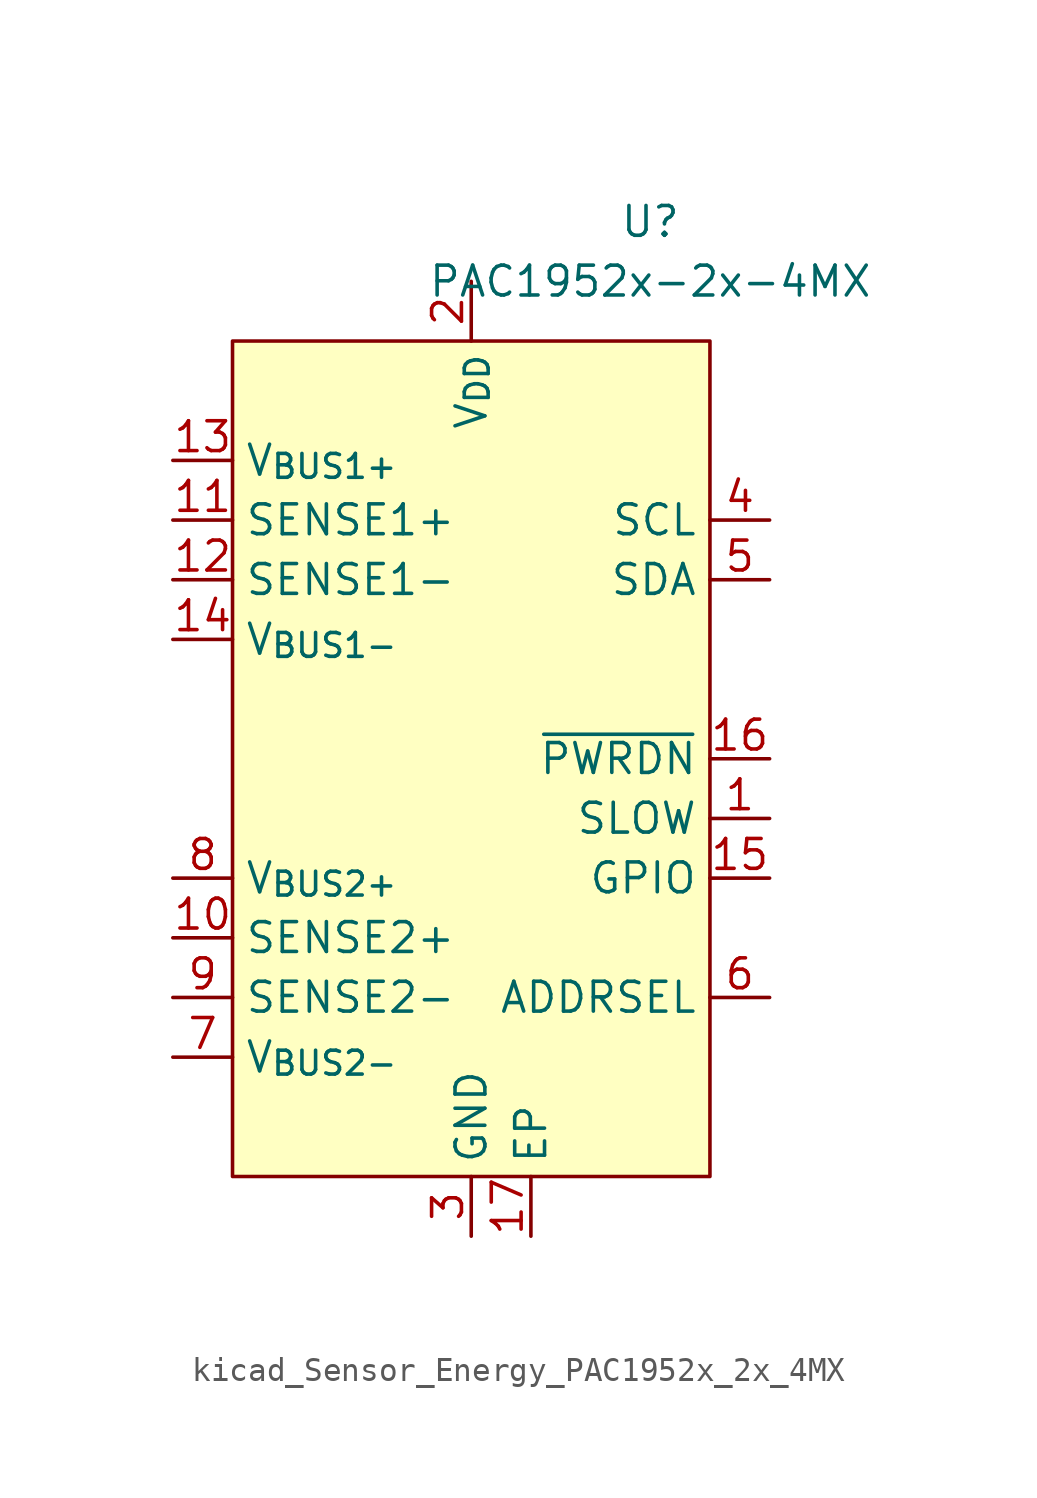
<source format=kicad_sym>
(kicad_symbol_lib
  (version 20220914)
  (generator kicad_symbol_editor)
  (symbol "kicad_Sensor_Energy_PAC1952x_2x_4MX"
    (property "Reference" "U"
      (at 7.62 22.86 0)
      (effects (font (size 1.27 1.27))))
    (property "Value" "PAC1952x-2x-4MX"
      (at 7.62 20.32 0)
      (effects (font (size 1.27 1.27))))
    (symbol "kicad_Sensor_Energy_PAC1952x_2x_4MX_0_0"
      (pin input line (at 12.7 -2.54 180) (length 2.54) (name "SLOW" (effects (font (size 1.27 1.27)))) (number "1" (effects (font (size 1.27 1.27)))) (alternate "GPIO" bidirectional line) (alternate "~{ALERT1}" open_collector line))
      (pin input line (at -12.7 -7.62 0) (length 2.54) (name "SENSE2+" (effects (font (size 1.27 1.27)))) (number "10" (effects (font (size 1.27 1.27)))))
      (pin input line (at -12.7 10.16 0) (length 2.54) (name "SENSE1+" (effects (font (size 1.27 1.27)))) (number "11" (effects (font (size 1.27 1.27)))))
      (pin input line (at -12.7 7.62 0) (length 2.54) (name "SENSE1-" (effects (font (size 1.27 1.27)))) (number "12" (effects (font (size 1.27 1.27)))))
      (pin input line (at -12.7 12.7 0) (length 2.54) (name "V_{BUS1+}" (effects (font (size 1.27 1.27)))) (number "13" (effects (font (size 1.27 1.27)))))
      (pin input line (at -12.7 5.08 0) (length 2.54) (name "V_{BUS1-}" (effects (font (size 1.27 1.27)))) (number "14" (effects (font (size 1.27 1.27)))))
      (pin bidirectional line (at 12.7 -5.08 180) (length 2.54) (name "GPIO" (effects (font (size 1.27 1.27)))) (number "15" (effects (font (size 1.27 1.27)))) (alternate "~{ALERT2}" open_collector line))
      (pin input line (at 12.7 0 180) (length 2.54) (name "~{PWRDN}" (effects (font (size 1.27 1.27)))) (number "16" (effects (font (size 1.27 1.27)))))
      (pin passive line (at 2.54 -20.32 90) (length 2.54) (name "EP" (effects (font (size 1.27 1.27)))) (number "17" (effects (font (size 1.27 1.27)))))
      (pin power_in line (at 0 20.32 270) (length 2.54) (name "V_{DD}" (effects (font (size 1.27 1.27)))) (number "2" (effects (font (size 1.27 1.27)))))
      (pin power_in line (at 0 -20.32 90) (length 2.54) (name "GND" (effects (font (size 1.27 1.27)))) (number "3" (effects (font (size 1.27 1.27)))))
      (pin input line (at 12.7 10.16 180) (length 2.54) (name "SCL" (effects (font (size 1.27 1.27)))) (number "4" (effects (font (size 1.27 1.27)))) (alternate "SM_CLK" input line))
      (pin bidirectional line (at 12.7 7.62 180) (length 2.54) (name "SDA" (effects (font (size 1.27 1.27)))) (number "5" (effects (font (size 1.27 1.27)))) (alternate "SM_DATA" bidirectional line))
      (pin passive line (at 12.7 -10.16 180) (length 2.54) (name "ADDRSEL" (effects (font (size 1.27 1.27)))) (number "6" (effects (font (size 1.27 1.27)))))
      (pin input line (at -12.7 -12.7 0) (length 2.54) (name "V_{BUS2-}" (effects (font (size 1.27 1.27)))) (number "7" (effects (font (size 1.27 1.27)))))
      (pin input line (at -12.7 -5.08 0) (length 2.54) (name "V_{BUS2+}" (effects (font (size 1.27 1.27)))) (number "8" (effects (font (size 1.27 1.27)))))
      (pin input line (at -12.7 -10.16 0) (length 2.54) (name "SENSE2-" (effects (font (size 1.27 1.27)))) (number "9" (effects (font (size 1.27 1.27))))))
    (symbol "kicad_Sensor_Energy_PAC1952x_2x_4MX_0_1"
      (rectangle (start -10.16 17.78) (end 10.16 -17.78) (stroke (width 0) (type default)) (fill (type background))))))
</source>
